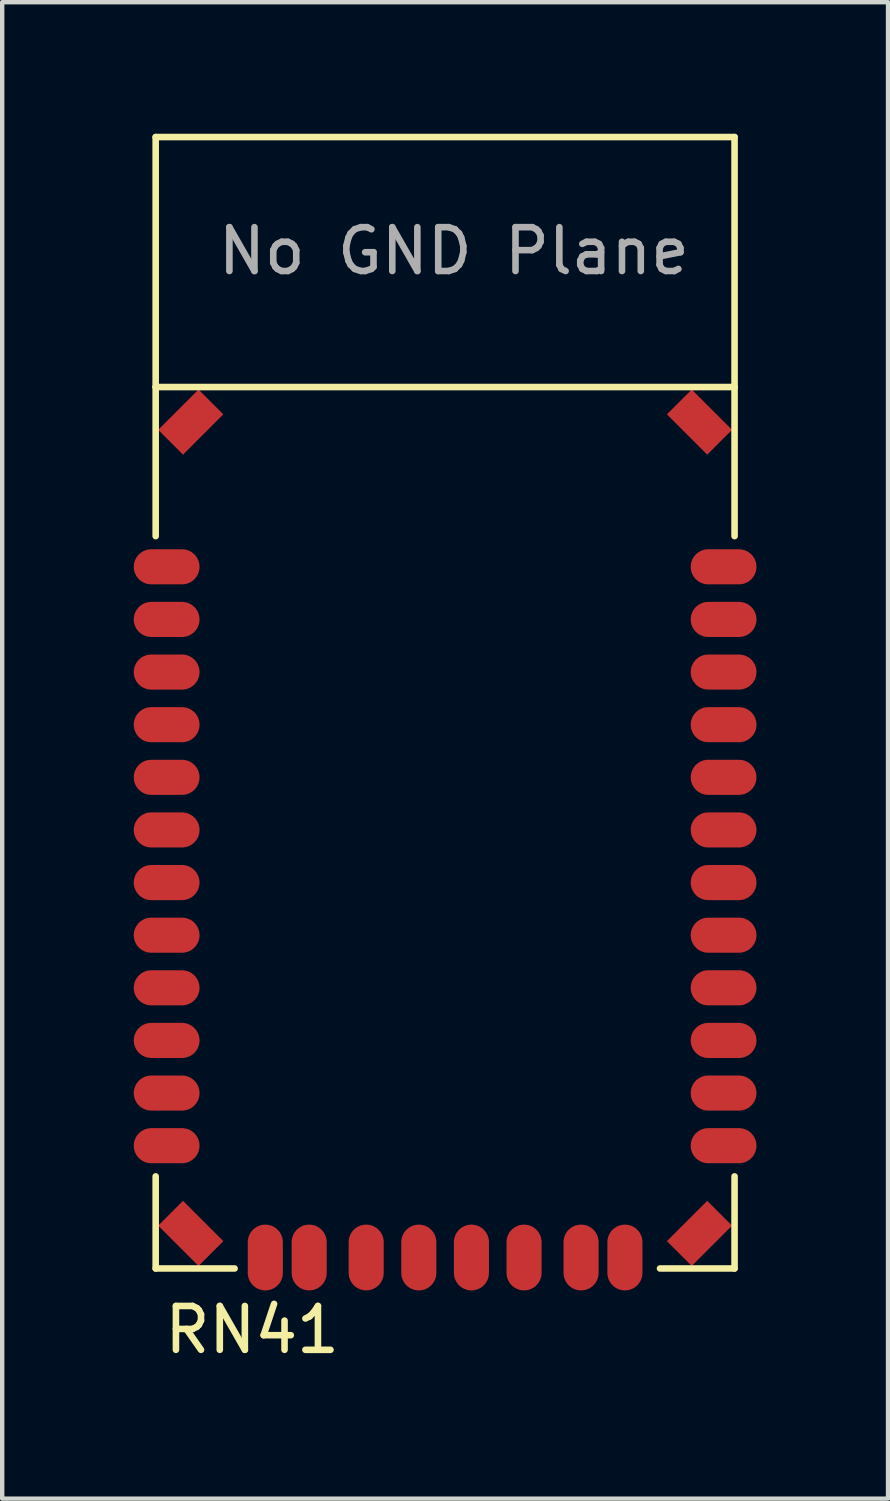
<source format=kicad_pcb>
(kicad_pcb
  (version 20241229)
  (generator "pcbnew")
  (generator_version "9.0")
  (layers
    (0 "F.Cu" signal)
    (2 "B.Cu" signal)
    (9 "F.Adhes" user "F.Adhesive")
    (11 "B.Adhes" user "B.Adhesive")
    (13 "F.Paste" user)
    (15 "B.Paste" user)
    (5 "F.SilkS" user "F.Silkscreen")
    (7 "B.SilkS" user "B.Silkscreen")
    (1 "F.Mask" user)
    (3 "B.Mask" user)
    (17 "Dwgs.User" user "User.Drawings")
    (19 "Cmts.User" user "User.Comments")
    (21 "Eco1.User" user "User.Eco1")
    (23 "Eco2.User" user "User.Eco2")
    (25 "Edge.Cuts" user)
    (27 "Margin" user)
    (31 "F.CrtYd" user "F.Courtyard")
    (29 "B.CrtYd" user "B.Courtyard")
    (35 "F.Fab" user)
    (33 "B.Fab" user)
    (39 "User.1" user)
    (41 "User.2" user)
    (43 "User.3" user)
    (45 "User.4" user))
  (footprint "RN41"
    (layer "F.Cu")
    (at 0.5 25.875)
    (property "Reference" "RN41" (at 2.2 1.4 0) (layer "F.SilkS") (effects (font (size 1 1) (thickness 0.15))))
    (attr through_hole)
    (fp_line (start 0 -25.8) (end 13.2 -25.8) (stroke (width 0.15) (type solid)) (layer "F.SilkS"))
    (fp_line (start 0 -20.1) (end 0 -25.8) (stroke (width 0.15) (type solid)) (layer "F.SilkS"))
    (fp_line (start 0 -20.1) (end 13.2 -20.1) (stroke (width 0.15) (type solid)) (layer "F.SilkS"))
    (fp_line (start 0 -16.7) (end 0 -20.1) (stroke (width 0.15) (type solid)) (layer "F.SilkS"))
    (fp_line (start 0 -2.1) (end 0 0) (stroke (width 0.15) (type solid)) (layer "F.SilkS"))
    (fp_line (start 0 0) (end 1.8 0) (stroke (width 0.15) (type solid)) (layer "F.SilkS"))
    (fp_line (start 11.5 0) (end 13.2 0) (stroke (width 0.15) (type solid)) (layer "F.SilkS"))
    (fp_line (start 13.2 -25.8) (end 13.2 -20.1) (stroke (width 0.15) (type solid)) (layer "F.SilkS"))
    (fp_line (start 13.2 -20.1) (end 13.2 -16.7) (stroke (width 0.15) (type solid)) (layer "F.SilkS"))
    (fp_line (start 13.2 0) (end 13.2 -2.1) (stroke (width 0.15) (type solid)) (layer "F.SilkS"))
    (fp_text user "No GND Plane" (at 6.8 -23.2 0) (layer "F.Fab") (effects (font (size 1 1) (thickness 0.15))))
    (pad "" smd rect (at 0.8 -19.3 315) (size 0.8 1.3) (layers "F.Cu" "F.Mask" "F.Paste"))
    (pad "" smd rect (at 0.8 -0.8 45) (size 0.8 1.3) (layers "F.Cu" "F.Mask" "F.Paste"))
    (pad "" smd rect (at 12.4 -19.3 45) (size 0.8 1.3) (layers "F.Cu" "F.Mask" "F.Paste"))
    (pad "" smd rect (at 12.4 -0.8 315) (size 0.8 1.3) (layers "F.Cu" "F.Mask" "F.Paste"))
    (pad "1" smd oval (at 0.25 -16) (size 1.5 0.8) (layers "F.Cu" "F.Mask" "F.Paste"))
    (pad "2" smd oval (at 0.25 -14.8) (size 1.5 0.8) (layers "F.Cu" "F.Mask" "F.Paste"))
    (pad "3" smd oval (at 0.25 -13.6) (size 1.5 0.8) (layers "F.Cu" "F.Mask" "F.Paste"))
    (pad "4" smd oval (at 0.25 -12.4) (size 1.5 0.8) (layers "F.Cu" "F.Mask" "F.Paste"))
    (pad "5" smd oval (at 0.25 -11.2) (size 1.5 0.8) (layers "F.Cu" "F.Mask" "F.Paste"))
    (pad "6" smd oval (at 0.25 -10) (size 1.5 0.8) (layers "F.Cu" "F.Mask" "F.Paste"))
    (pad "7" smd oval (at 0.25 -8.8) (size 1.5 0.8) (layers "F.Cu" "F.Mask" "F.Paste"))
    (pad "8" smd oval (at 0.25 -7.6) (size 1.5 0.8) (layers "F.Cu" "F.Mask" "F.Paste"))
    (pad "9" smd oval (at 0.25 -6.4) (size 1.5 0.8) (layers "F.Cu" "F.Mask" "F.Paste"))
    (pad "10" smd oval (at 0.25 -5.2) (size 1.5 0.8) (layers "F.Cu" "F.Mask" "F.Paste"))
    (pad "11" smd oval (at 0.25 -4) (size 1.5 0.8) (layers "F.Cu" "F.Mask" "F.Paste"))
    (pad "12" smd oval (at 0.25 -2.8) (size 1.5 0.8) (layers "F.Cu" "F.Mask" "F.Paste"))
    (pad "13" smd oval (at 12.95 -2.8) (size 1.5 0.8) (layers "F.Cu" "F.Mask" "F.Paste"))
    (pad "14" smd oval (at 12.95 -4) (size 1.5 0.8) (layers "F.Cu" "F.Mask" "F.Paste"))
    (pad "15" smd oval (at 12.95 -5.2) (size 1.5 0.8) (layers "F.Cu" "F.Mask" "F.Paste"))
    (pad "16" smd oval (at 12.95 -6.4) (size 1.5 0.8) (layers "F.Cu" "F.Mask" "F.Paste"))
    (pad "17" smd oval (at 12.95 -7.6) (size 1.5 0.8) (layers "F.Cu" "F.Mask" "F.Paste"))
    (pad "18" smd oval (at 12.95 -8.8) (size 1.5 0.8) (layers "F.Cu" "F.Mask" "F.Paste"))
    (pad "19" smd oval (at 12.95 -10) (size 1.5 0.8) (layers "F.Cu" "F.Mask" "F.Paste"))
    (pad "20" smd oval (at 12.95 -11.2) (size 1.5 0.8) (layers "F.Cu" "F.Mask" "F.Paste"))
    (pad "21" smd oval (at 12.95 -12.4) (size 1.5 0.8) (layers "F.Cu" "F.Mask" "F.Paste"))
    (pad "22" smd oval (at 12.95 -13.6) (size 1.5 0.8) (layers "F.Cu" "F.Mask" "F.Paste"))
    (pad "23" smd oval (at 12.95 -14.8) (size 1.5 0.8) (layers "F.Cu" "F.Mask" "F.Paste"))
    (pad "24" smd oval (at 12.95 -16) (size 1.5 0.8) (layers "F.Cu" "F.Mask" "F.Paste"))
    (pad "28" smd oval (at 9.7 -0.25) (size 0.8 1.5) (layers "F.Cu" "F.Mask" "F.Paste"))
    (pad "29" smd oval (at 3.5 -0.25) (size 0.8 1.5) (layers "F.Cu" "F.Mask" "F.Paste"))
    (pad "30" smd oval (at 10.7 -0.25) (size 0.8 1.5) (layers "F.Cu" "F.Mask" "F.Paste"))
    (pad "31" smd oval (at 8.4 -0.25) (size 0.8 1.5) (layers "F.Cu" "F.Mask" "F.Paste"))
    (pad "32" smd oval (at 7.2 -0.25) (size 0.8 1.5) (layers "F.Cu" "F.Mask" "F.Paste"))
    (pad "33" smd oval (at 6 -0.25) (size 0.8 1.5) (layers "F.Cu" "F.Mask" "F.Paste"))
    (pad "34" smd oval (at 4.8 -0.25) (size 0.8 1.5) (layers "F.Cu" "F.Mask" "F.Paste"))
    (pad "35" smd oval (at 2.5 -0.25) (size 0.8 1.5) (layers "F.Cu" "F.Mask" "F.Paste")))
  (gr_rect
    (start -3 -3)
    (end 17.2 31.123)
    (stroke (width 0.1) (type default))
    (fill no)
    (layer "Edge.Cuts")))
</source>
